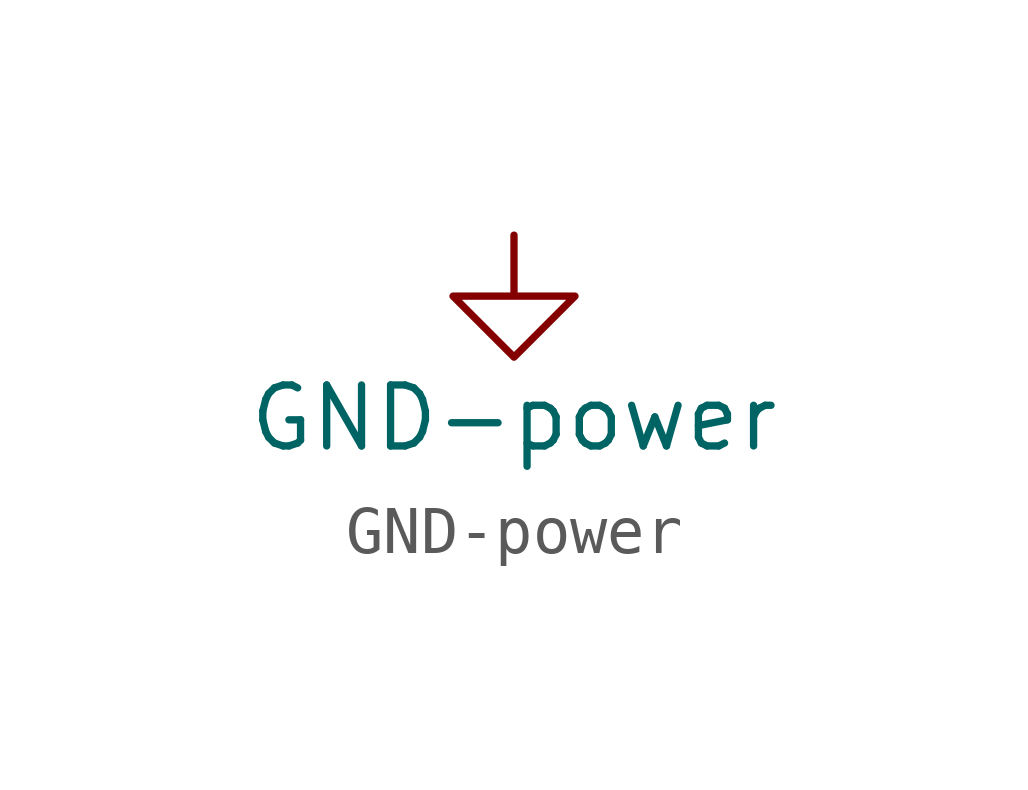
<source format=kicad_sym>
(kicad_symbol_lib
  (version 20220126)
  (generator kicad_symbol_editor)
  (symbol "GND-power"
    (power)
    (pin_names
      (offset 0))
    (property "Reference" "#PWR"
      (at 0 -6.35 0)
      (effects (font (size 1.27 1.27)) hide))
    (property "Value" "GND-power"
      (at 0 -3.81 0)
      (effects (font (size 1.27 1.27))))
    (symbol "GND-power_0_1"
      (polyline (pts (xy 0 0) (xy 0 -1.27) (xy 1.27 -1.27) (xy 0 -2.54) (xy -1.27 -1.27) (xy 0 -1.27)) (stroke (width 0) (type default)) (fill (type none))))
    (symbol "GND-power_1_1"
      (pin power_in line (at 0 0 270) (length 0) hide (name "GND" (effects (font (size 1.27 1.27)))) (number "1" (effects (font (size 1.27 1.27))))))))
</source>
